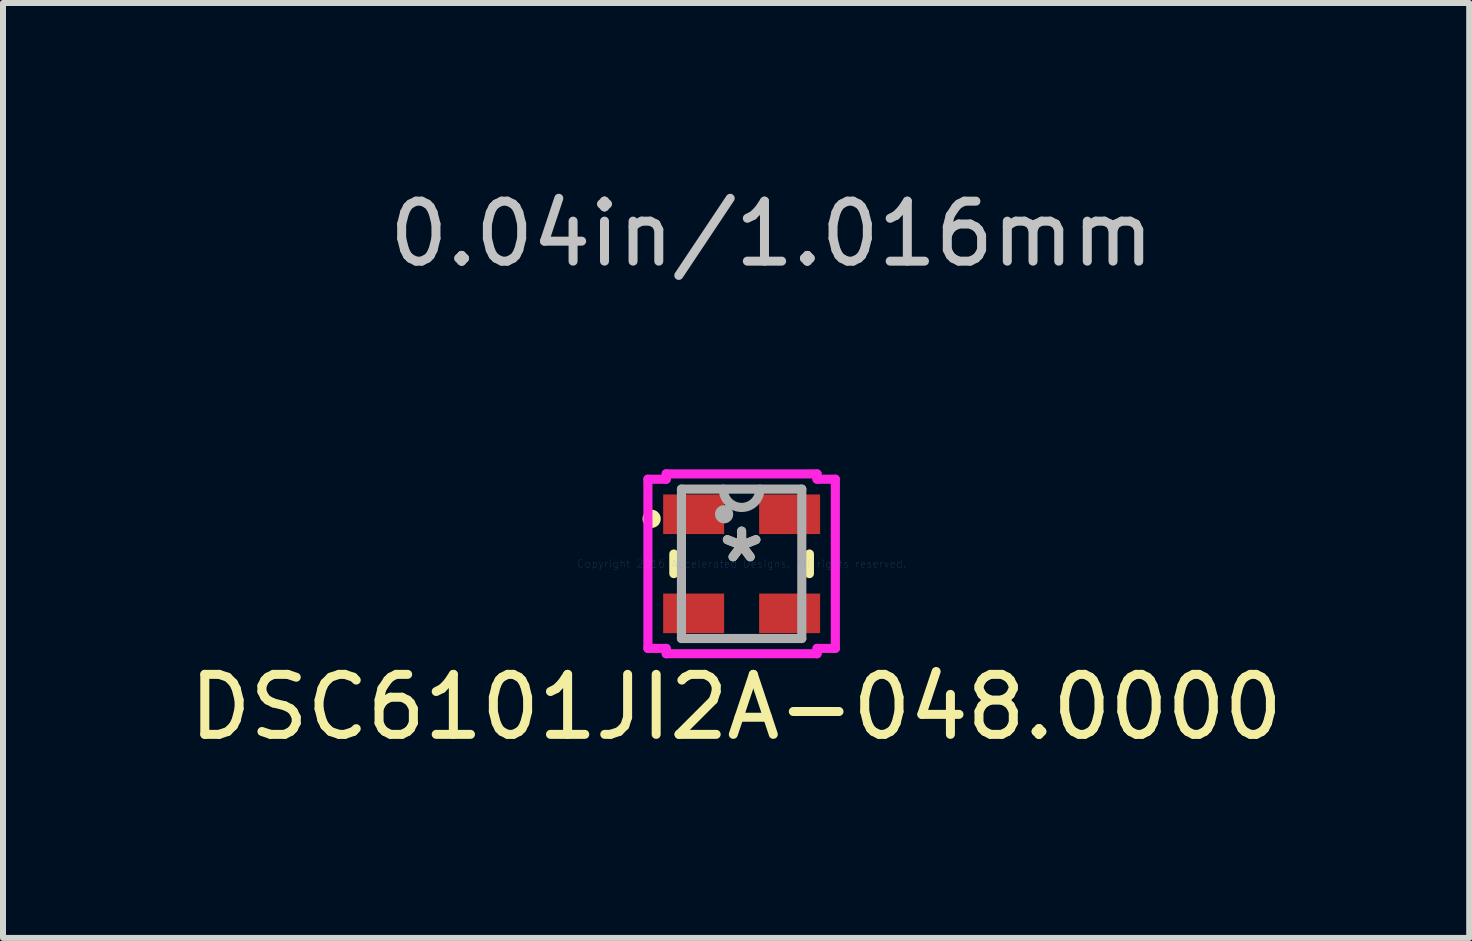
<source format=kicad_pcb>
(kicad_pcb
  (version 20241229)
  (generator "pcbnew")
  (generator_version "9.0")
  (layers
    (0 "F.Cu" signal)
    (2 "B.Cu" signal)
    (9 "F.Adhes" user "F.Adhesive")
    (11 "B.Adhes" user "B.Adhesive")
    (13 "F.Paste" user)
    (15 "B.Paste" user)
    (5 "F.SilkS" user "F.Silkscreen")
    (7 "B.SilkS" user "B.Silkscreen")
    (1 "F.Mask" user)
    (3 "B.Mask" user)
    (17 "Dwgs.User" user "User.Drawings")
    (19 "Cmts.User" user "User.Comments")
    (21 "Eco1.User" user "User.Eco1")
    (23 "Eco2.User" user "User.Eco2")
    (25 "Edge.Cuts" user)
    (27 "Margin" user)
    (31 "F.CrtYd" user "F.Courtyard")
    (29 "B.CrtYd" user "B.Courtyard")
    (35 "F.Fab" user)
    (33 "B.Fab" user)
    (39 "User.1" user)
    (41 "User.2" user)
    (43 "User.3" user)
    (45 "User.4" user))
  (footprint "DSC6101JI2A-048.0000"
    (layer "F.Cu")
    (at 9.312 6.348)
    (property "Reference" "DSC6101JI2A-048.0000" (at -0.091 2.388 0) (layer "F.SilkS") (effects (font (size 1 1) (thickness 0.15))))
    (attr through_hole)
    (fp_line (start -1.13 -0.163) (end -1.13 0.163) (stroke (width 0.152) (type solid)) (layer "F.SilkS"))
    (fp_line (start 1.13 0.163) (end 1.13 -0.163) (stroke (width 0.152) (type solid)) (layer "F.SilkS"))
    (fp_circle (center -1.5 -0.75) (end -1.424 -0.75) (stroke (width 0.152) (type solid)) (fill no) (layer "F.SilkS"))
    (fp_line (start -1.562 -1.41) (end -1.257 -1.41) (stroke (width 0.152) (type solid)) (layer "F.CrtYd"))
    (fp_line (start -1.562 1.41) (end -1.562 -1.41) (stroke (width 0.152) (type solid)) (layer "F.CrtYd"))
    (fp_line (start -1.257 -1.499) (end 1.257 -1.499) (stroke (width 0.152) (type solid)) (layer "F.CrtYd"))
    (fp_line (start -1.257 -1.41) (end -1.257 -1.499) (stroke (width 0.152) (type solid)) (layer "F.CrtYd"))
    (fp_line (start -1.257 1.41) (end -1.562 1.41) (stroke (width 0.152) (type solid)) (layer "F.CrtYd"))
    (fp_line (start -1.257 1.499) (end -1.257 1.41) (stroke (width 0.152) (type solid)) (layer "F.CrtYd"))
    (fp_line (start 1.257 -1.499) (end 1.257 -1.41) (stroke (width 0.152) (type solid)) (layer "F.CrtYd"))
    (fp_line (start 1.257 -1.41) (end 1.562 -1.41) (stroke (width 0.152) (type solid)) (layer "F.CrtYd"))
    (fp_line (start 1.257 1.41) (end 1.257 1.499) (stroke (width 0.152) (type solid)) (layer "F.CrtYd"))
    (fp_line (start 1.257 1.499) (end -1.257 1.499) (stroke (width 0.152) (type solid)) (layer "F.CrtYd"))
    (fp_line (start 1.562 -1.41) (end 1.562 1.41) (stroke (width 0.152) (type solid)) (layer "F.CrtYd"))
    (fp_line (start 1.562 1.41) (end 1.257 1.41) (stroke (width 0.152) (type solid)) (layer "F.CrtYd"))
    (fp_line (start -1.003 -1.245) (end -1.003 1.245) (stroke (width 0.152) (type solid)) (layer "F.Fab"))
    (fp_line (start -1.003 1.245) (end 1.003 1.245) (stroke (width 0.152) (type solid)) (layer "F.Fab"))
    (fp_line (start 1.003 -1.245) (end -1.003 -1.245) (stroke (width 0.152) (type solid)) (layer "F.Fab"))
    (fp_line (start 1.003 1.245) (end 1.003 -1.245) (stroke (width 0.152) (type solid)) (layer "F.Fab"))
    (fp_arc (start 0.3048 -1.2446) (mid 0 -0.9398) (end -0.3048 -1.2446) (stroke (width 0.1524) (type solid)) (layer "F.Fab"))
    (fp_circle (center -0.292 -0.826) (end -0.292 -0.826) (stroke (width 0.152) (type solid)) (fill no) (layer "F.Fab"))
    (fp_text user "*" (at 0 0 0) (layer "F.SilkS") (effects (font (size 1 1) (thickness 0.15))))
    (fp_text user "0.04in/1.016mm" (at 0.5 -5.5 0) (layer "Dwgs.User") (effects (font (size 1 1) (thickness 0.15))))
    (fp_text user "Copyright 2016 Accelerated Designs. All rights reserved." (at 0 0 0) (layer "Cmts.User") (effects (font (size 0.127 0.127) (thickness 0.002))))
    (fp_text user "*" (at 0 0 0) (layer "F.Fab") (effects (font (size 1 1) (thickness 0.15))))
    (pad "1" smd rect (at -0.8 -0.826) (size 1.016 0.66) (layers "F.Cu" "F.Mask" "F.Paste"))
    (pad "2" smd rect (at -0.8 0.826) (size 1.016 0.66) (layers "F.Cu" "F.Mask" "F.Paste"))
    (pad "3" smd rect (at 0.8 0.826) (size 1.016 0.66) (layers "F.Cu" "F.Mask" "F.Paste"))
    (pad "4" smd rect (at 0.8 -0.826) (size 1.016 0.66) (layers "F.Cu" "F.Mask" "F.Paste")))
  (gr_rect
    (start -3 -3)
    (end 21.44 12.584)
    (stroke (width 0.1) (type default))
    (fill no)
    (layer "Edge.Cuts")))
</source>
